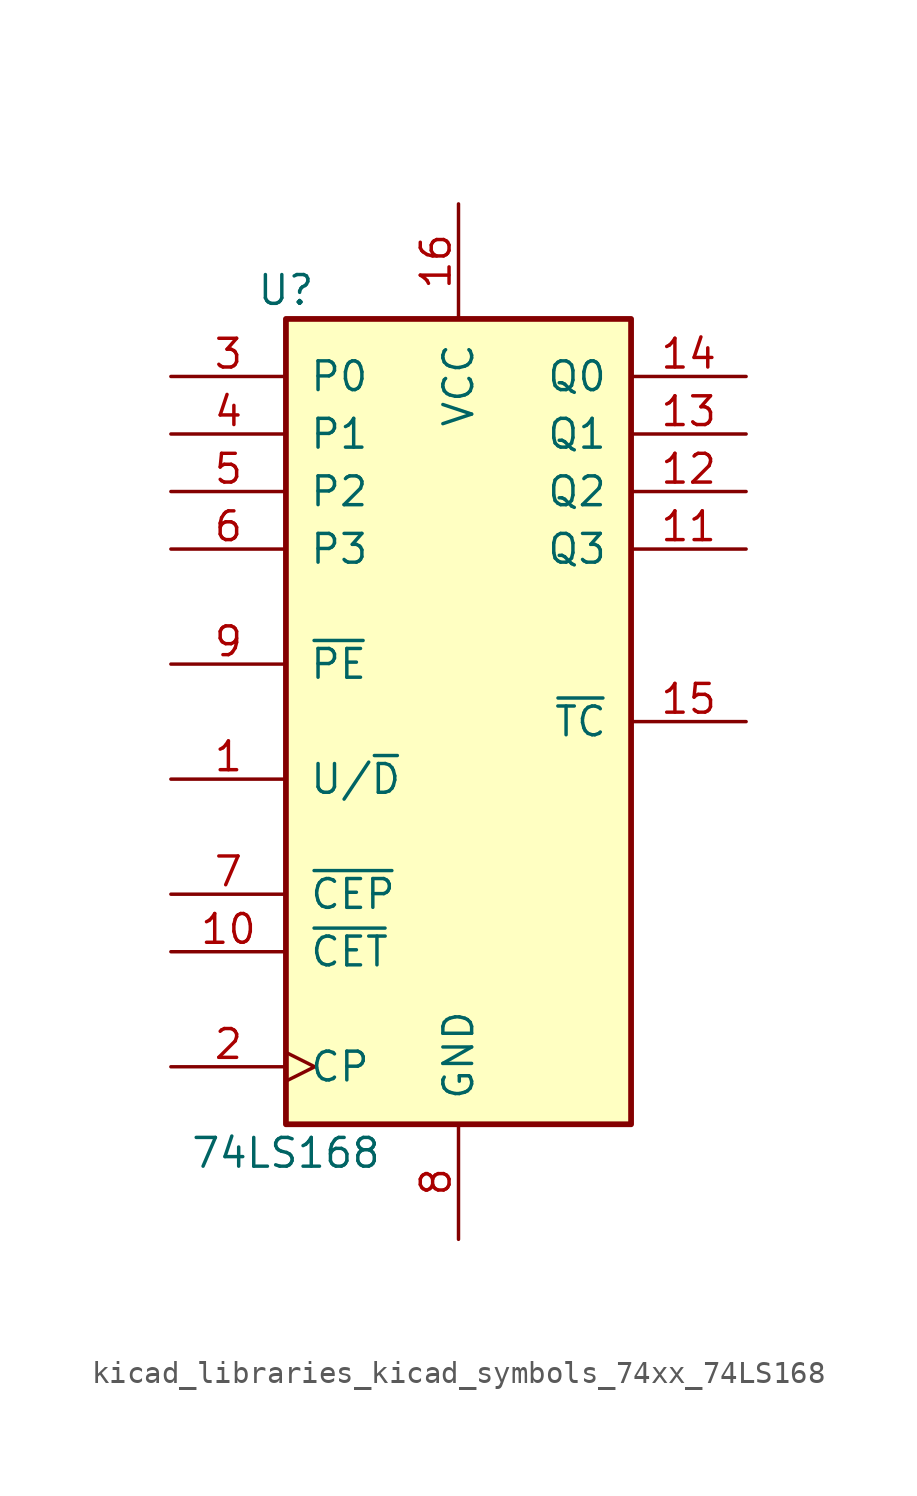
<source format=kicad_sym>
(kicad_symbol_lib
  (version 20220914)
  (generator kicad_symbol_editor)
  (symbol "kicad_libraries_kicad_symbols_74xx_74LS168"
    (pin_names
      (offset 1.016))
    (property "Reference" "U"
      (at -7.62 19.05 0)
      (effects (font (size 1.27 1.27))))
    (property "Value" "74LS168"
      (at -7.62 -19.05 0)
      (effects (font (size 1.27 1.27))))
    (property "ki_locked" ""
      (at 0 0 0)
      (effects (font (size 1.27 1.27))))
    (symbol "kicad_libraries_kicad_symbols_74xx_74LS168_1_0"
      (pin input line (at -12.7 -2.54 0) (length 5.08) (name "U/~{D}" (effects (font (size 1.27 1.27)))) (number "1" (effects (font (size 1.27 1.27)))))
      (pin input line (at -12.7 -10.16 0) (length 5.08) (name "~{CET}" (effects (font (size 1.27 1.27)))) (number "10" (effects (font (size 1.27 1.27)))))
      (pin output line (at 12.7 7.62 180) (length 5.08) (name "Q3" (effects (font (size 1.27 1.27)))) (number "11" (effects (font (size 1.27 1.27)))))
      (pin output line (at 12.7 10.16 180) (length 5.08) (name "Q2" (effects (font (size 1.27 1.27)))) (number "12" (effects (font (size 1.27 1.27)))))
      (pin output line (at 12.7 12.7 180) (length 5.08) (name "Q1" (effects (font (size 1.27 1.27)))) (number "13" (effects (font (size 1.27 1.27)))))
      (pin output line (at 12.7 15.24 180) (length 5.08) (name "Q0" (effects (font (size 1.27 1.27)))) (number "14" (effects (font (size 1.27 1.27)))))
      (pin output line (at 12.7 0 180) (length 5.08) (name "~{TC}" (effects (font (size 1.27 1.27)))) (number "15" (effects (font (size 1.27 1.27)))))
      (pin power_in line (at 0 22.86 270) (length 5.08) (name "VCC" (effects (font (size 1.27 1.27)))) (number "16" (effects (font (size 1.27 1.27)))))
      (pin input clock (at -12.7 -15.24 0) (length 5.08) (name "CP" (effects (font (size 1.27 1.27)))) (number "2" (effects (font (size 1.27 1.27)))))
      (pin input line (at -12.7 15.24 0) (length 5.08) (name "P0" (effects (font (size 1.27 1.27)))) (number "3" (effects (font (size 1.27 1.27)))))
      (pin input line (at -12.7 12.7 0) (length 5.08) (name "P1" (effects (font (size 1.27 1.27)))) (number "4" (effects (font (size 1.27 1.27)))))
      (pin input line (at -12.7 10.16 0) (length 5.08) (name "P2" (effects (font (size 1.27 1.27)))) (number "5" (effects (font (size 1.27 1.27)))))
      (pin input line (at -12.7 7.62 0) (length 5.08) (name "P3" (effects (font (size 1.27 1.27)))) (number "6" (effects (font (size 1.27 1.27)))))
      (pin input line (at -12.7 -7.62 0) (length 5.08) (name "~{CEP}" (effects (font (size 1.27 1.27)))) (number "7" (effects (font (size 1.27 1.27)))))
      (pin power_in line (at 0 -22.86 90) (length 5.08) (name "GND" (effects (font (size 1.27 1.27)))) (number "8" (effects (font (size 1.27 1.27)))))
      (pin input line (at -12.7 2.54 0) (length 5.08) (name "~{PE}" (effects (font (size 1.27 1.27)))) (number "9" (effects (font (size 1.27 1.27))))))
    (symbol "kicad_libraries_kicad_symbols_74xx_74LS168_1_1"
      (rectangle (start -7.62 17.78) (end 7.62 -17.78) (stroke (width 0.254) (type default)) (fill (type background))))))
</source>
